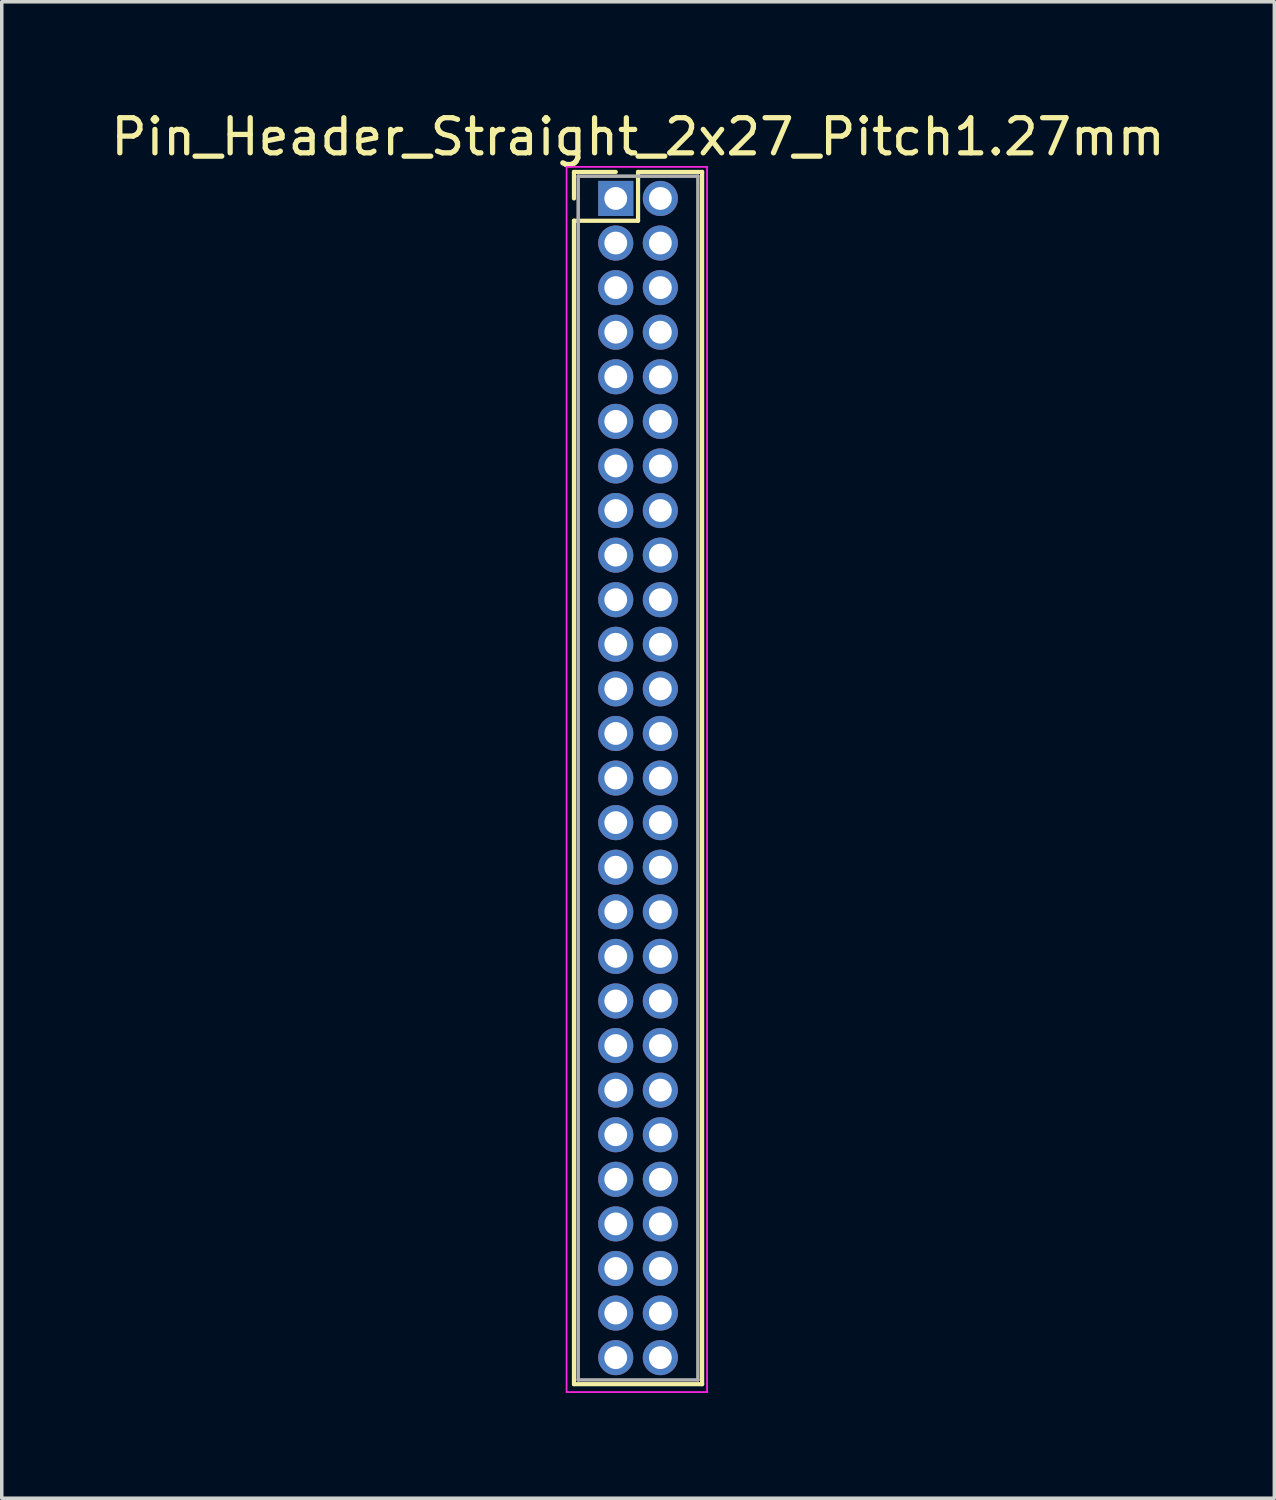
<source format=kicad_pcb>
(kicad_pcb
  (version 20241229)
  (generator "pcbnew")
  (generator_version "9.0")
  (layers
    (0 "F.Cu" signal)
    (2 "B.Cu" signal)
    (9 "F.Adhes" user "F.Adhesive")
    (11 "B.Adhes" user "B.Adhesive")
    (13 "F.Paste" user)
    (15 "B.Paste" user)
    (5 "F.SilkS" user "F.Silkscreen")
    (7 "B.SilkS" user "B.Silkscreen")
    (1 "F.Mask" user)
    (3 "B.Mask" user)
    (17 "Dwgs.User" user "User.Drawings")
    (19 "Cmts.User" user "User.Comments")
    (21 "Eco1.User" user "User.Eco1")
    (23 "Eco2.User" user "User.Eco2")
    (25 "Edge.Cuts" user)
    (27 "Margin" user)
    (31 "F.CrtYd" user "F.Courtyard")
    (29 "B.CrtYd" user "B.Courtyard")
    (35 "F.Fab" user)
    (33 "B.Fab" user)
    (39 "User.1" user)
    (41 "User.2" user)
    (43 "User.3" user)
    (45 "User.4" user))
  (footprint "Pin_Header_Straight_2x27_Pitch1.27mm"
    (layer "F.Cu")
    (at 14.49 2.603)
    (property "Reference" "Pin_Header_Straight_2x27_Pitch1.27mm" (at 0.635 -1.755 0) (layer "F.SilkS") (effects (font (size 1 1) (thickness 0.15))))
    (attr through_hole)
    (fp_line (start -1.19 -0.755) (end 0 -0.755) (stroke (width 0.12) (type solid)) (layer "F.SilkS"))
    (fp_line (start -1.19 0) (end -1.19 -0.755) (stroke (width 0.12) (type solid)) (layer "F.SilkS"))
    (fp_line (start -1.19 0.635) (end -1.19 33.775) (stroke (width 0.12) (type solid)) (layer "F.SilkS"))
    (fp_line (start -1.19 33.775) (end 2.46 33.775) (stroke (width 0.12) (type solid)) (layer "F.SilkS"))
    (fp_line (start 0.635 -0.755) (end 0.635 0.635) (stroke (width 0.12) (type solid)) (layer "F.SilkS"))
    (fp_line (start 0.635 0.635) (end -1.19 0.635) (stroke (width 0.12) (type solid)) (layer "F.SilkS"))
    (fp_line (start 2.46 -0.755) (end 0.635 -0.755) (stroke (width 0.12) (type solid)) (layer "F.SilkS"))
    (fp_line (start 2.46 33.775) (end 2.46 -0.755) (stroke (width 0.12) (type solid)) (layer "F.SilkS"))
    (fp_line (start -1.4 -0.9) (end -1.4 34) (stroke (width 0.05) (type solid)) (layer "F.CrtYd"))
    (fp_line (start -1.4 34) (end 2.6 34) (stroke (width 0.05) (type solid)) (layer "F.CrtYd"))
    (fp_line (start 2.6 -0.9) (end -1.4 -0.9) (stroke (width 0.05) (type solid)) (layer "F.CrtYd"))
    (fp_line (start 2.6 34) (end 2.6 -0.9) (stroke (width 0.05) (type solid)) (layer "F.CrtYd"))
    (fp_line (start -1.07 -0.635) (end -1.07 33.655) (stroke (width 0.1) (type solid)) (layer "F.Fab"))
    (fp_line (start -1.07 33.655) (end 2.34 33.655) (stroke (width 0.1) (type solid)) (layer "F.Fab"))
    (fp_line (start 2.34 -0.635) (end -1.07 -0.635) (stroke (width 0.1) (type solid)) (layer "F.Fab"))
    (fp_line (start 2.34 33.655) (end 2.34 -0.635) (stroke (width 0.1) (type solid)) (layer "F.Fab"))
    (pad "1" thru_hole rect (at 0 0) (size 1 1) (drill 0.65) (layers "*.Cu" "*.Mask"))
    (pad "2" thru_hole oval (at 1.27 0) (size 1 1) (drill 0.65) (layers "*.Cu" "*.Mask"))
    (pad "3" thru_hole oval (at 0 1.27) (size 1 1) (drill 0.65) (layers "*.Cu" "*.Mask"))
    (pad "4" thru_hole oval (at 1.27 1.27) (size 1 1) (drill 0.65) (layers "*.Cu" "*.Mask"))
    (pad "5" thru_hole oval (at 0 2.54) (size 1 1) (drill 0.65) (layers "*.Cu" "*.Mask"))
    (pad "6" thru_hole oval (at 1.27 2.54) (size 1 1) (drill 0.65) (layers "*.Cu" "*.Mask"))
    (pad "7" thru_hole oval (at 0 3.81) (size 1 1) (drill 0.65) (layers "*.Cu" "*.Mask"))
    (pad "8" thru_hole oval (at 1.27 3.81) (size 1 1) (drill 0.65) (layers "*.Cu" "*.Mask"))
    (pad "9" thru_hole oval (at 0 5.08) (size 1 1) (drill 0.65) (layers "*.Cu" "*.Mask"))
    (pad "10" thru_hole oval (at 1.27 5.08) (size 1 1) (drill 0.65) (layers "*.Cu" "*.Mask"))
    (pad "11" thru_hole oval (at 0 6.35) (size 1 1) (drill 0.65) (layers "*.Cu" "*.Mask"))
    (pad "12" thru_hole oval (at 1.27 6.35) (size 1 1) (drill 0.65) (layers "*.Cu" "*.Mask"))
    (pad "13" thru_hole oval (at 0 7.62) (size 1 1) (drill 0.65) (layers "*.Cu" "*.Mask"))
    (pad "14" thru_hole oval (at 1.27 7.62) (size 1 1) (drill 0.65) (layers "*.Cu" "*.Mask"))
    (pad "15" thru_hole oval (at 0 8.89) (size 1 1) (drill 0.65) (layers "*.Cu" "*.Mask"))
    (pad "16" thru_hole oval (at 1.27 8.89) (size 1 1) (drill 0.65) (layers "*.Cu" "*.Mask"))
    (pad "17" thru_hole oval (at 0 10.16) (size 1 1) (drill 0.65) (layers "*.Cu" "*.Mask"))
    (pad "18" thru_hole oval (at 1.27 10.16) (size 1 1) (drill 0.65) (layers "*.Cu" "*.Mask"))
    (pad "19" thru_hole oval (at 0 11.43) (size 1 1) (drill 0.65) (layers "*.Cu" "*.Mask"))
    (pad "20" thru_hole oval (at 1.27 11.43) (size 1 1) (drill 0.65) (layers "*.Cu" "*.Mask"))
    (pad "21" thru_hole oval (at 0 12.7) (size 1 1) (drill 0.65) (layers "*.Cu" "*.Mask"))
    (pad "22" thru_hole oval (at 1.27 12.7) (size 1 1) (drill 0.65) (layers "*.Cu" "*.Mask"))
    (pad "23" thru_hole oval (at 0 13.97) (size 1 1) (drill 0.65) (layers "*.Cu" "*.Mask"))
    (pad "24" thru_hole oval (at 1.27 13.97) (size 1 1) (drill 0.65) (layers "*.Cu" "*.Mask"))
    (pad "25" thru_hole oval (at 0 15.24) (size 1 1) (drill 0.65) (layers "*.Cu" "*.Mask"))
    (pad "26" thru_hole oval (at 1.27 15.24) (size 1 1) (drill 0.65) (layers "*.Cu" "*.Mask"))
    (pad "27" thru_hole oval (at 0 16.51) (size 1 1) (drill 0.65) (layers "*.Cu" "*.Mask"))
    (pad "28" thru_hole oval (at 1.27 16.51) (size 1 1) (drill 0.65) (layers "*.Cu" "*.Mask"))
    (pad "29" thru_hole oval (at 0 17.78) (size 1 1) (drill 0.65) (layers "*.Cu" "*.Mask"))
    (pad "30" thru_hole oval (at 1.27 17.78) (size 1 1) (drill 0.65) (layers "*.Cu" "*.Mask"))
    (pad "31" thru_hole oval (at 0 19.05) (size 1 1) (drill 0.65) (layers "*.Cu" "*.Mask"))
    (pad "32" thru_hole oval (at 1.27 19.05) (size 1 1) (drill 0.65) (layers "*.Cu" "*.Mask"))
    (pad "33" thru_hole oval (at 0 20.32) (size 1 1) (drill 0.65) (layers "*.Cu" "*.Mask"))
    (pad "34" thru_hole oval (at 1.27 20.32) (size 1 1) (drill 0.65) (layers "*.Cu" "*.Mask"))
    (pad "35" thru_hole oval (at 0 21.59) (size 1 1) (drill 0.65) (layers "*.Cu" "*.Mask"))
    (pad "36" thru_hole oval (at 1.27 21.59) (size 1 1) (drill 0.65) (layers "*.Cu" "*.Mask"))
    (pad "37" thru_hole oval (at 0 22.86) (size 1 1) (drill 0.65) (layers "*.Cu" "*.Mask"))
    (pad "38" thru_hole oval (at 1.27 22.86) (size 1 1) (drill 0.65) (layers "*.Cu" "*.Mask"))
    (pad "39" thru_hole oval (at 0 24.13) (size 1 1) (drill 0.65) (layers "*.Cu" "*.Mask"))
    (pad "40" thru_hole oval (at 1.27 24.13) (size 1 1) (drill 0.65) (layers "*.Cu" "*.Mask"))
    (pad "41" thru_hole oval (at 0 25.4) (size 1 1) (drill 0.65) (layers "*.Cu" "*.Mask"))
    (pad "42" thru_hole oval (at 1.27 25.4) (size 1 1) (drill 0.65) (layers "*.Cu" "*.Mask"))
    (pad "43" thru_hole oval (at 0 26.67) (size 1 1) (drill 0.65) (layers "*.Cu" "*.Mask"))
    (pad "44" thru_hole oval (at 1.27 26.67) (size 1 1) (drill 0.65) (layers "*.Cu" "*.Mask"))
    (pad "45" thru_hole oval (at 0 27.94) (size 1 1) (drill 0.65) (layers "*.Cu" "*.Mask"))
    (pad "46" thru_hole oval (at 1.27 27.94) (size 1 1) (drill 0.65) (layers "*.Cu" "*.Mask"))
    (pad "47" thru_hole oval (at 0 29.21) (size 1 1) (drill 0.65) (layers "*.Cu" "*.Mask"))
    (pad "48" thru_hole oval (at 1.27 29.21) (size 1 1) (drill 0.65) (layers "*.Cu" "*.Mask"))
    (pad "49" thru_hole oval (at 0 30.48) (size 1 1) (drill 0.65) (layers "*.Cu" "*.Mask"))
    (pad "50" thru_hole oval (at 1.27 30.48) (size 1 1) (drill 0.65) (layers "*.Cu" "*.Mask"))
    (pad "51" thru_hole oval (at 0 31.75) (size 1 1) (drill 0.65) (layers "*.Cu" "*.Mask"))
    (pad "52" thru_hole oval (at 1.27 31.75) (size 1 1) (drill 0.65) (layers "*.Cu" "*.Mask"))
    (pad "53" thru_hole oval (at 0 33.02) (size 1 1) (drill 0.65) (layers "*.Cu" "*.Mask"))
    (pad "54" thru_hole oval (at 1.27 33.02) (size 1 1) (drill 0.65) (layers "*.Cu" "*.Mask")))
  (gr_rect
    (start -3 -3)
    (end 33.25 39.628)
    (stroke (width 0.1) (type default))
    (fill no)
    (layer "Edge.Cuts")))
</source>
